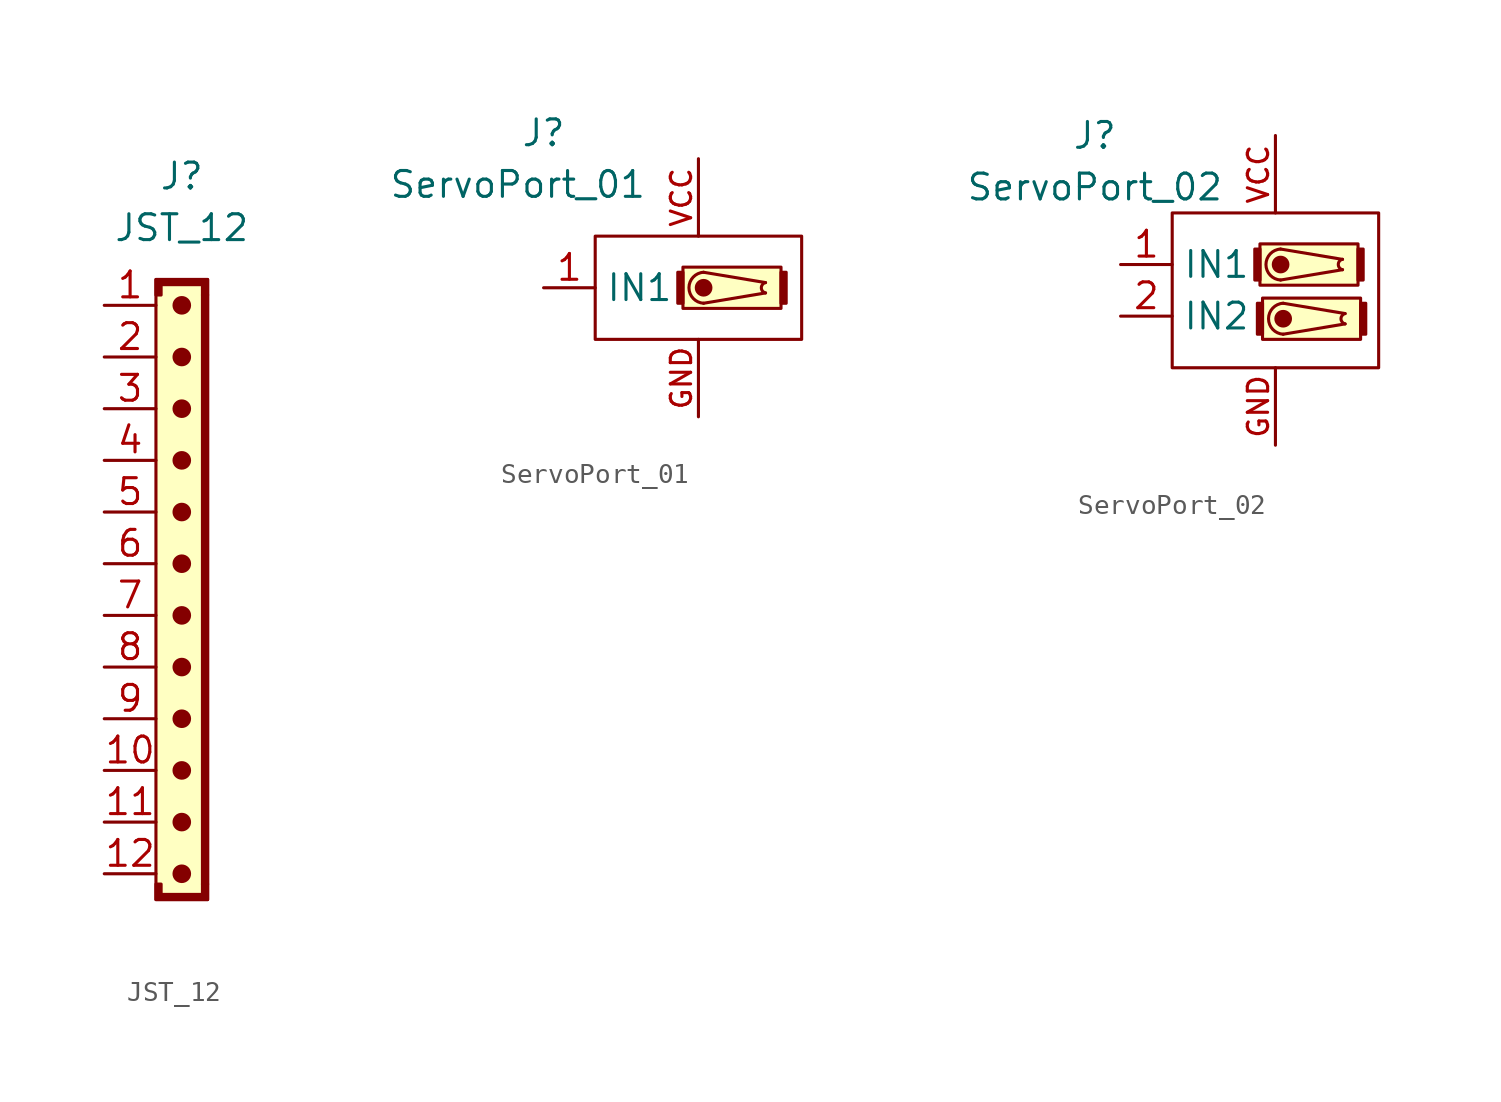
<source format=kicad_sym>
(kicad_symbol_lib
  (version 20211014)
  (generator kicad_symbol_editor)
  (symbol "JST_12"
    (property "Reference" "J"
      (at 0 20.574 0)
      (effects (font (size 1.27 1.27))))
    (property "Value" "JST_12"
      (at 0 18.034 0)
      (effects (font (size 1.27 1.27))))
    (symbol "JST_12_0_1"
      (rectangle (start -1.27 15.494) (end 1.27 -14.986) (stroke (width 0) (type default) (color 0 0 0 0)) (fill (type background)))
      (circle (center 0 -13.716) (radius 0.381) (stroke (width 0) (type default) (color 0 0 0 0)) (fill (type outline)))
      (circle (center 0 -11.176) (radius 0.381) (stroke (width 0) (type default) (color 0 0 0 0)) (fill (type outline)))
      (circle (center 0 -8.636) (radius 0.381) (stroke (width 0) (type default) (color 0 0 0 0)) (fill (type outline)))
      (circle (center 0 -6.096) (radius 0.381) (stroke (width 0) (type default) (color 0 0 0 0)) (fill (type outline)))
      (circle (center 0 -3.556) (radius 0.381) (stroke (width 0) (type default) (color 0 0 0 0)) (fill (type outline)))
      (circle (center 0 -1.016) (radius 0.381) (stroke (width 0) (type default) (color 0 0 0 0)) (fill (type outline)))
      (polyline (pts (xy -1.27 -14.224) (xy -1.27 -14.986) (xy 1.27 -14.986) (xy 1.27 -14.224) (xy 1.016 -14.224) (xy 1.016 -14.732) (xy -1.016 -14.732) (xy -1.016 -14.224) (xy -1.27 -14.224)) (stroke (width 0) (type default) (color 0 0 0 0)) (fill (type outline)))
      (polyline (pts (xy 1.27 14.732) (xy 1.27 15.494) (xy -1.27 15.494) (xy -1.27 14.732) (xy -1.016 14.732) (xy -1.016 15.24) (xy 1.016 15.24) (xy 1.016 14.732) (xy 1.27 14.732)) (stroke (width 0) (type default) (color 0 0 0 0)) (fill (type outline)))
      (circle (center 0 1.524) (radius 0.381) (stroke (width 0) (type default) (color 0 0 0 0)) (fill (type outline)))
      (circle (center 0 4.064) (radius 0.381) (stroke (width 0) (type default) (color 0 0 0 0)) (fill (type outline)))
      (circle (center 0 6.604) (radius 0.381) (stroke (width 0) (type default) (color 0 0 0 0)) (fill (type outline)))
      (circle (center 0 9.144) (radius 0.381) (stroke (width 0) (type default) (color 0 0 0 0)) (fill (type outline)))
      (circle (center 0 11.684) (radius 0.381) (stroke (width 0) (type default) (color 0 0 0 0)) (fill (type outline)))
      (circle (center 0 14.224) (radius 0.381) (stroke (width 0) (type default) (color 0 0 0 0)) (fill (type outline)))
      (rectangle (start 1.016 14.732) (end 1.27 -14.224) (stroke (width 0) (type default) (color 0 0 0 0)) (fill (type outline))))
    (symbol "JST_12_1_1"
      (pin passive line (at -3.81 14.224 0) (length 2.54) (name "" (effects (font (size 1.27 1.27)))) (number "1" (effects (font (size 1.27 1.27)))))
      (pin passive line (at -3.81 -8.636 0) (length 2.54) (name "" (effects (font (size 1.27 1.27)))) (number "10" (effects (font (size 1.27 1.27)))))
      (pin passive line (at -3.81 -11.176 0) (length 2.54) (name "" (effects (font (size 1.27 1.27)))) (number "11" (effects (font (size 1.27 1.27)))))
      (pin passive line (at -3.81 -13.716 0) (length 2.54) (name "" (effects (font (size 1.27 1.27)))) (number "12" (effects (font (size 1.27 1.27)))))
      (pin passive line (at -3.81 11.684 0) (length 2.54) (name "" (effects (font (size 1.27 1.27)))) (number "2" (effects (font (size 1.27 1.27)))))
      (pin passive line (at -3.81 9.144 0) (length 2.54) (name "" (effects (font (size 1.27 1.27)))) (number "3" (effects (font (size 1.27 1.27)))))
      (pin passive line (at -3.81 6.604 0) (length 2.54) (name "" (effects (font (size 1.27 1.27)))) (number "4" (effects (font (size 1.27 1.27)))))
      (pin passive line (at -3.81 4.064 0) (length 2.54) (name "" (effects (font (size 1.27 1.27)))) (number "5" (effects (font (size 1.27 1.27)))))
      (pin passive line (at -3.81 1.524 0) (length 2.54) (name "" (effects (font (size 1.27 1.27)))) (number "6" (effects (font (size 1.27 1.27)))))
      (pin passive line (at -3.81 -1.016 0) (length 2.54) (name "" (effects (font (size 1.27 1.27)))) (number "7" (effects (font (size 1.27 1.27)))))
      (pin passive line (at -3.81 -3.556 0) (length 2.54) (name "" (effects (font (size 1.27 1.27)))) (number "8" (effects (font (size 1.27 1.27)))))
      (pin passive line (at -3.81 -6.096 0) (length 2.54) (name "" (effects (font (size 1.27 1.27)))) (number "9" (effects (font (size 1.27 1.27)))))))
  (symbol "ServoPort_01"
    (property "Reference" "J"
      (at -7.62 7.62 0)
      (effects (font (size 1.27 1.27))))
    (property "Value" "ServoPort_01"
      (at -8.89 5.08 0)
      (effects (font (size 1.27 1.27))))
    (symbol "ServoPort_01_0_1"
      (rectangle (start -5.08 2.54) (end 5.08 -2.54) (stroke (width 0) (type default) (color 0 0 0 0)) (fill (type none)))
      (rectangle (start -0.762 0.762) (end -1.016 -0.762) (stroke (width 0) (type default) (color 0 0 0 0)) (fill (type outline)))
      (rectangle (start -0.762 1.016) (end 4.064 -1.016) (stroke (width 0) (type default) (color 0 0 0 0)) (fill (type background)))
      (polyline (pts (xy 0.254 0.762) (xy 3.302 0.254)) (stroke (width 0) (type default) (color 0 0 0 0)) (fill (type none)))
      (polyline (pts (xy 3.302 -0.254) (xy 0.254 -0.762)) (stroke (width 0) (type default) (color 0 0 0 0)) (fill (type none)))
      (circle (center 0.254 0) (radius 0.359) (stroke (width 0) (type default) (color 0 0 0 0)) (fill (type outline)))
      (arc (start 0.254 0.762) (mid -0.4664 0) (end 0.254 -0.762) (stroke (width 0) (type default) (color 0 0 0 0)) (fill (type none)))
      (arc (start 3.302 0.254) (mid 2.9876 0) (end 3.302 -0.254) (stroke (width 0) (type default) (color 0 0 0 0)) (fill (type none)))
      (rectangle (start 4.064 0.762) (end 4.318 -0.762) (stroke (width 0) (type default) (color 0 0 0 0)) (fill (type outline))))
    (symbol "ServoPort_01_1_1"
      (pin input line (at -7.62 0 0) (length 2.54) (name "IN1" (effects (font (size 1.27 1.27)))) (number "1" (effects (font (size 1.27 1.27)))))
      (pin power_in line (at 0 -6.35 90) (length 3.81) (name "" (effects (font (size 1 1)))) (number "GND" (effects (font (size 1 1)))))
      (pin power_in line (at 0 6.35 270) (length 3.81) (name "" (effects (font (size 1 1)))) (number "VCC" (effects (font (size 1 1)))))))
  (symbol "ServoPort_02"
    (property "Reference" "J"
      (at -8.89 6.35 0)
      (effects (font (size 1.27 1.27))))
    (property "Value" "ServoPort_02"
      (at -8.89 3.81 0)
      (effects (font (size 1.27 1.27))))
    (symbol "ServoPort_02_0_1"
      (rectangle (start -5.08 2.54) (end 5.08 -5.08) (stroke (width 0) (type default) (color 0 0 0 0)) (fill (type none)))
      (rectangle (start -0.762 0.762) (end -1.016 -0.762) (stroke (width 0) (type default) (color 0 0 0 0)) (fill (type outline)))
      (rectangle (start -0.762 1.016) (end 4.064 -1.016) (stroke (width 0) (type default) (color 0 0 0 0)) (fill (type background)))
      (rectangle (start -0.635 -1.905) (end -0.889 -3.429) (stroke (width 0) (type default) (color 0 0 0 0)) (fill (type outline)))
      (rectangle (start -0.635 -1.651) (end 4.191 -3.683) (stroke (width 0) (type default) (color 0 0 0 0)) (fill (type background)))
      (polyline (pts (xy 0.254 0.762) (xy 3.302 0.254)) (stroke (width 0) (type default) (color 0 0 0 0)) (fill (type none)))
      (polyline (pts (xy 0.381 -1.905) (xy 3.429 -2.413)) (stroke (width 0) (type default) (color 0 0 0 0)) (fill (type none)))
      (polyline (pts (xy 3.302 -0.254) (xy 0.254 -0.762)) (stroke (width 0) (type default) (color 0 0 0 0)) (fill (type none)))
      (polyline (pts (xy 3.429 -2.921) (xy 0.381 -3.429)) (stroke (width 0) (type default) (color 0 0 0 0)) (fill (type none)))
      (circle (center 0.254 0) (radius 0.359) (stroke (width 0) (type default) (color 0 0 0 0)) (fill (type outline)))
      (arc (start 0.254 0.762) (mid -0.4664 0) (end 0.254 -0.762) (stroke (width 0) (type default) (color 0 0 0 0)) (fill (type none)))
      (circle (center 0.381 -2.667) (radius 0.359) (stroke (width 0) (type default) (color 0 0 0 0)) (fill (type outline)))
      (arc (start 0.381 -1.905) (mid -0.3394 -2.667) (end 0.381 -3.429) (stroke (width 0) (type default) (color 0 0 0 0)) (fill (type none)))
      (arc (start 3.302 0.254) (mid 2.9876 0) (end 3.302 -0.254) (stroke (width 0) (type default) (color 0 0 0 0)) (fill (type none)))
      (arc (start 3.429 -2.413) (mid 3.1146 -2.667) (end 3.429 -2.921) (stroke (width 0) (type default) (color 0 0 0 0)) (fill (type none)))
      (rectangle (start 4.064 0.762) (end 4.318 -0.762) (stroke (width 0) (type default) (color 0 0 0 0)) (fill (type outline)))
      (rectangle (start 4.191 -1.905) (end 4.445 -3.429) (stroke (width 0) (type default) (color 0 0 0 0)) (fill (type outline))))
    (symbol "ServoPort_02_1_1"
      (pin input line (at -7.62 0 0) (length 2.54) (name "IN1" (effects (font (size 1.27 1.27)))) (number "1" (effects (font (size 1.27 1.27)))))
      (pin input line (at -7.62 -2.54 0) (length 2.54) (name "IN2" (effects (font (size 1.27 1.27)))) (number "2" (effects (font (size 1.27 1.27)))))
      (pin power_in line (at 0 -8.89 90) (length 3.81) (name "" (effects (font (size 1 1)))) (number "GND" (effects (font (size 1 1)))))
      (pin power_in line (at 0 6.35 270) (length 3.81) (name "" (effects (font (size 1 1)))) (number "VCC" (effects (font (size 1 1))))))))
</source>
